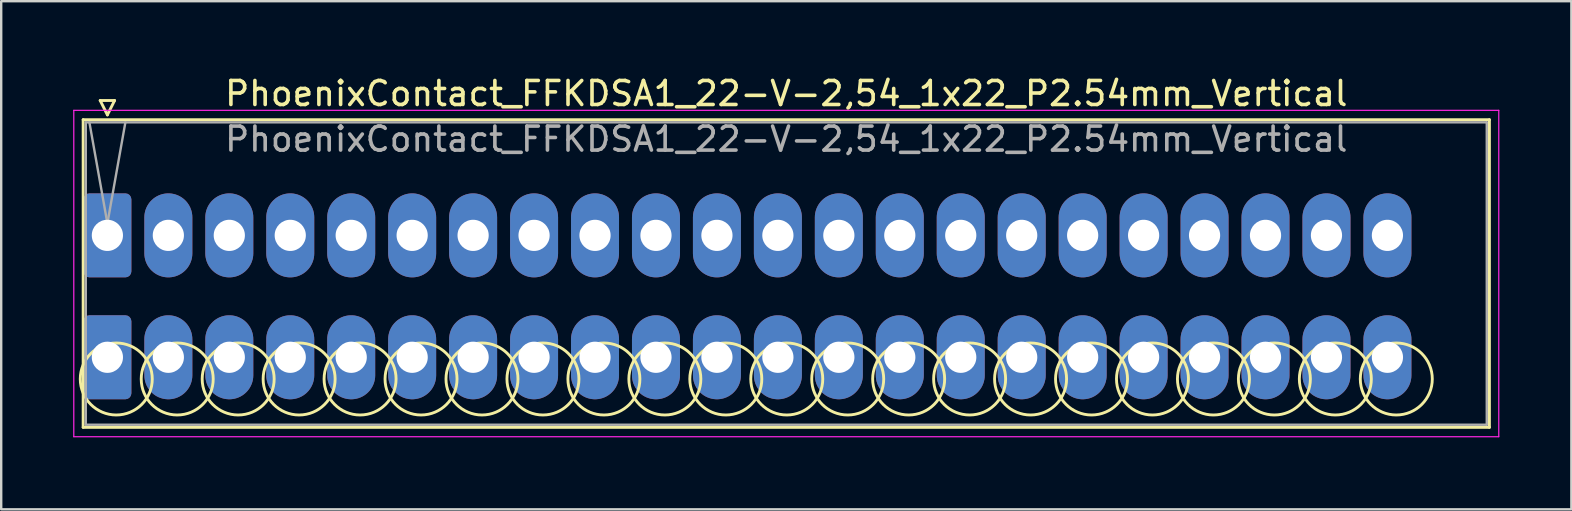
<source format=kicad_pcb>
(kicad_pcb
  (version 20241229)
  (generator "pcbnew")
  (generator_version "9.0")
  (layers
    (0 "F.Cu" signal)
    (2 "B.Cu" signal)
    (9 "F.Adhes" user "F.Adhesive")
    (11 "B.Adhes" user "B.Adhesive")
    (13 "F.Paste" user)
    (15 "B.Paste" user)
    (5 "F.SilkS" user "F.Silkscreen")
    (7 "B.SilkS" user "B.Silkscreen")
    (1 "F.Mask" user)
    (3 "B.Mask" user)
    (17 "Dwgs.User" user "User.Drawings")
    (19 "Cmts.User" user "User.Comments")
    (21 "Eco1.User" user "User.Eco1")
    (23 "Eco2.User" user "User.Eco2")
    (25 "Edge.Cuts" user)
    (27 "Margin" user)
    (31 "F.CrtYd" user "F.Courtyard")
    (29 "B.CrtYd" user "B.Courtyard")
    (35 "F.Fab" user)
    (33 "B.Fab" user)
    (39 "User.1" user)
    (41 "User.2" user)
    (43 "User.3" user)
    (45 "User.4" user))
  (footprint "PhoenixContact_FFKDSA1_22-V-2,54_1x22_P2.54mm_Vertical"
    (layer "F.Cu")
    (at 1.425 6.758)
    (property "Reference" "PhoenixContact_FFKDSA1_22-V-2,54_1x22_P2.54mm_Vertical" (at 28.29 -5.91 0) (layer "F.SilkS") (effects (font (size 1 1) (thickness 0.15))))
    (attr through_hole)
    (fp_line (start -1.01 -4.82) (end -1.01 8) (stroke (width 0.12) (type solid)) (layer "F.SilkS"))
    (fp_line (start -1.01 8) (end 57.59 8) (stroke (width 0.12) (type solid)) (layer "F.SilkS"))
    (fp_line (start -0.3 -5.62) (end 0.3 -5.62) (stroke (width 0.12) (type solid)) (layer "F.SilkS"))
    (fp_line (start 0 -5.02) (end -0.3 -5.62) (stroke (width 0.12) (type solid)) (layer "F.SilkS"))
    (fp_line (start 0.3 -5.62) (end 0 -5.02) (stroke (width 0.12) (type solid)) (layer "F.SilkS"))
    (fp_line (start 57.59 -4.82) (end -1.01 -4.82) (stroke (width 0.12) (type solid)) (layer "F.SilkS"))
    (fp_line (start 57.59 8) (end 57.59 -4.82) (stroke (width 0.12) (type solid)) (layer "F.SilkS"))
    (fp_circle (center 0.37 5.985) (end 1.87 5.985) (stroke (width 0.12) (type solid)) (fill no) (layer "F.SilkS"))
    (fp_circle (center 2.91 5.985) (end 4.41 5.985) (stroke (width 0.12) (type solid)) (fill no) (layer "F.SilkS"))
    (fp_circle (center 5.45 5.985) (end 6.95 5.985) (stroke (width 0.12) (type solid)) (fill no) (layer "F.SilkS"))
    (fp_circle (center 7.99 5.985) (end 9.49 5.985) (stroke (width 0.12) (type solid)) (fill no) (layer "F.SilkS"))
    (fp_circle (center 10.53 5.985) (end 12.03 5.985) (stroke (width 0.12) (type solid)) (fill no) (layer "F.SilkS"))
    (fp_circle (center 13.07 5.985) (end 14.57 5.985) (stroke (width 0.12) (type solid)) (fill no) (layer "F.SilkS"))
    (fp_circle (center 15.61 5.985) (end 17.11 5.985) (stroke (width 0.12) (type solid)) (fill no) (layer "F.SilkS"))
    (fp_circle (center 18.15 5.985) (end 19.65 5.985) (stroke (width 0.12) (type solid)) (fill no) (layer "F.SilkS"))
    (fp_circle (center 20.69 5.985) (end 22.19 5.985) (stroke (width 0.12) (type solid)) (fill no) (layer "F.SilkS"))
    (fp_circle (center 23.23 5.985) (end 24.73 5.985) (stroke (width 0.12) (type solid)) (fill no) (layer "F.SilkS"))
    (fp_circle (center 25.77 5.985) (end 27.27 5.985) (stroke (width 0.12) (type solid)) (fill no) (layer "F.SilkS"))
    (fp_circle (center 28.31 5.985) (end 29.81 5.985) (stroke (width 0.12) (type solid)) (fill no) (layer "F.SilkS"))
    (fp_circle (center 30.85 5.985) (end 32.35 5.985) (stroke (width 0.12) (type solid)) (fill no) (layer "F.SilkS"))
    (fp_circle (center 33.39 5.985) (end 34.89 5.985) (stroke (width 0.12) (type solid)) (fill no) (layer "F.SilkS"))
    (fp_circle (center 35.93 5.985) (end 37.43 5.985) (stroke (width 0.12) (type solid)) (fill no) (layer "F.SilkS"))
    (fp_circle (center 38.47 5.985) (end 39.97 5.985) (stroke (width 0.12) (type solid)) (fill no) (layer "F.SilkS"))
    (fp_circle (center 41.01 5.985) (end 42.51 5.985) (stroke (width 0.12) (type solid)) (fill no) (layer "F.SilkS"))
    (fp_circle (center 43.55 5.985) (end 45.05 5.985) (stroke (width 0.12) (type solid)) (fill no) (layer "F.SilkS"))
    (fp_circle (center 46.09 5.985) (end 47.59 5.985) (stroke (width 0.12) (type solid)) (fill no) (layer "F.SilkS"))
    (fp_circle (center 48.63 5.985) (end 50.13 5.985) (stroke (width 0.12) (type solid)) (fill no) (layer "F.SilkS"))
    (fp_circle (center 51.17 5.985) (end 52.67 5.985) (stroke (width 0.12) (type solid)) (fill no) (layer "F.SilkS"))
    (fp_circle (center 53.71 5.985) (end 55.21 5.985) (stroke (width 0.12) (type solid)) (fill no) (layer "F.SilkS"))
    (fp_line (start -1.4 -5.21) (end -1.4 8.39) (stroke (width 0.05) (type solid)) (layer "F.CrtYd"))
    (fp_line (start -1.4 8.39) (end 57.98 8.39) (stroke (width 0.05) (type solid)) (layer "F.CrtYd"))
    (fp_line (start 57.98 -5.21) (end -1.4 -5.21) (stroke (width 0.05) (type solid)) (layer "F.CrtYd"))
    (fp_line (start 57.98 8.39) (end 57.98 -5.21) (stroke (width 0.05) (type solid)) (layer "F.CrtYd"))
    (fp_line (start -0.9 -4.71) (end -0.9 7.89) (stroke (width 0.1) (type solid)) (layer "F.Fab"))
    (fp_line (start -0.9 7.89) (end 57.48 7.89) (stroke (width 0.1) (type solid)) (layer "F.Fab"))
    (fp_line (start 0 -0.5) (end -0.75 -4.71) (stroke (width 0.1) (type solid)) (layer "F.Fab"))
    (fp_line (start 0.75 -4.71) (end 0 -0.5) (stroke (width 0.1) (type solid)) (layer "F.Fab"))
    (fp_line (start 57.48 -4.71) (end -0.9 -4.71) (stroke (width 0.1) (type solid)) (layer "F.Fab"))
    (fp_line (start 57.48 7.89) (end 57.48 -4.71) (stroke (width 0.1) (type solid)) (layer "F.Fab"))
    (fp_text user "${REFERENCE}" (at 28.29 -4.01 0) (layer "F.Fab") (effects (font (size 1 1) (thickness 0.15))))
    (pad "1" thru_hole roundrect (at 0 0) (size 2 3.5) (drill 1.3) (layers "*.Cu" "*.Mask") (roundrect_rratio 0.125))
    (pad "1" thru_hole roundrect (at 0 5.08) (size 2 3.5) (drill 1.3) (layers "*.Cu" "*.Mask") (roundrect_rratio 0.125))
    (pad "2" thru_hole oval (at 2.54 0) (size 2 3.5) (drill 1.3) (layers "*.Cu" "*.Mask"))
    (pad "2" thru_hole oval (at 2.54 5.08) (size 2 3.5) (drill 1.3) (layers "*.Cu" "*.Mask"))
    (pad "3" thru_hole oval (at 5.08 0) (size 2 3.5) (drill 1.3) (layers "*.Cu" "*.Mask"))
    (pad "3" thru_hole oval (at 5.08 5.08) (size 2 3.5) (drill 1.3) (layers "*.Cu" "*.Mask"))
    (pad "4" thru_hole oval (at 7.62 0) (size 2 3.5) (drill 1.3) (layers "*.Cu" "*.Mask"))
    (pad "4" thru_hole oval (at 7.62 5.08) (size 2 3.5) (drill 1.3) (layers "*.Cu" "*.Mask"))
    (pad "5" thru_hole oval (at 10.16 0) (size 2 3.5) (drill 1.3) (layers "*.Cu" "*.Mask"))
    (pad "5" thru_hole oval (at 10.16 5.08) (size 2 3.5) (drill 1.3) (layers "*.Cu" "*.Mask"))
    (pad "6" thru_hole oval (at 12.7 0) (size 2 3.5) (drill 1.3) (layers "*.Cu" "*.Mask"))
    (pad "6" thru_hole oval (at 12.7 5.08) (size 2 3.5) (drill 1.3) (layers "*.Cu" "*.Mask"))
    (pad "7" thru_hole oval (at 15.24 0) (size 2 3.5) (drill 1.3) (layers "*.Cu" "*.Mask"))
    (pad "7" thru_hole oval (at 15.24 5.08) (size 2 3.5) (drill 1.3) (layers "*.Cu" "*.Mask"))
    (pad "8" thru_hole oval (at 17.78 0) (size 2 3.5) (drill 1.3) (layers "*.Cu" "*.Mask"))
    (pad "8" thru_hole oval (at 17.78 5.08) (size 2 3.5) (drill 1.3) (layers "*.Cu" "*.Mask"))
    (pad "9" thru_hole oval (at 20.32 0) (size 2 3.5) (drill 1.3) (layers "*.Cu" "*.Mask"))
    (pad "9" thru_hole oval (at 20.32 5.08) (size 2 3.5) (drill 1.3) (layers "*.Cu" "*.Mask"))
    (pad "10" thru_hole oval (at 22.86 0) (size 2 3.5) (drill 1.3) (layers "*.Cu" "*.Mask"))
    (pad "10" thru_hole oval (at 22.86 5.08) (size 2 3.5) (drill 1.3) (layers "*.Cu" "*.Mask"))
    (pad "11" thru_hole oval (at 25.4 0) (size 2 3.5) (drill 1.3) (layers "*.Cu" "*.Mask"))
    (pad "11" thru_hole oval (at 25.4 5.08) (size 2 3.5) (drill 1.3) (layers "*.Cu" "*.Mask"))
    (pad "12" thru_hole oval (at 27.94 0) (size 2 3.5) (drill 1.3) (layers "*.Cu" "*.Mask"))
    (pad "12" thru_hole oval (at 27.94 5.08) (size 2 3.5) (drill 1.3) (layers "*.Cu" "*.Mask"))
    (pad "13" thru_hole oval (at 30.48 0) (size 2 3.5) (drill 1.3) (layers "*.Cu" "*.Mask"))
    (pad "13" thru_hole oval (at 30.48 5.08) (size 2 3.5) (drill 1.3) (layers "*.Cu" "*.Mask"))
    (pad "14" thru_hole oval (at 33.02 0) (size 2 3.5) (drill 1.3) (layers "*.Cu" "*.Mask"))
    (pad "14" thru_hole oval (at 33.02 5.08) (size 2 3.5) (drill 1.3) (layers "*.Cu" "*.Mask"))
    (pad "15" thru_hole oval (at 35.56 0) (size 2 3.5) (drill 1.3) (layers "*.Cu" "*.Mask"))
    (pad "15" thru_hole oval (at 35.56 5.08) (size 2 3.5) (drill 1.3) (layers "*.Cu" "*.Mask"))
    (pad "16" thru_hole oval (at 38.1 0) (size 2 3.5) (drill 1.3) (layers "*.Cu" "*.Mask"))
    (pad "16" thru_hole oval (at 38.1 5.08) (size 2 3.5) (drill 1.3) (layers "*.Cu" "*.Mask"))
    (pad "17" thru_hole oval (at 40.64 0) (size 2 3.5) (drill 1.3) (layers "*.Cu" "*.Mask"))
    (pad "17" thru_hole oval (at 40.64 5.08) (size 2 3.5) (drill 1.3) (layers "*.Cu" "*.Mask"))
    (pad "18" thru_hole oval (at 43.18 0) (size 2 3.5) (drill 1.3) (layers "*.Cu" "*.Mask"))
    (pad "18" thru_hole oval (at 43.18 5.08) (size 2 3.5) (drill 1.3) (layers "*.Cu" "*.Mask"))
    (pad "19" thru_hole oval (at 45.72 0) (size 2 3.5) (drill 1.3) (layers "*.Cu" "*.Mask"))
    (pad "19" thru_hole oval (at 45.72 5.08) (size 2 3.5) (drill 1.3) (layers "*.Cu" "*.Mask"))
    (pad "20" thru_hole oval (at 48.26 0) (size 2 3.5) (drill 1.3) (layers "*.Cu" "*.Mask"))
    (pad "20" thru_hole oval (at 48.26 5.08) (size 2 3.5) (drill 1.3) (layers "*.Cu" "*.Mask"))
    (pad "21" thru_hole oval (at 50.8 0) (size 2 3.5) (drill 1.3) (layers "*.Cu" "*.Mask"))
    (pad "21" thru_hole oval (at 50.8 5.08) (size 2 3.5) (drill 1.3) (layers "*.Cu" "*.Mask"))
    (pad "22" thru_hole oval (at 53.34 0) (size 2 3.5) (drill 1.3) (layers "*.Cu" "*.Mask"))
    (pad "22" thru_hole oval (at 53.34 5.08) (size 2 3.5) (drill 1.3) (layers "*.Cu" "*.Mask")))
  (gr_rect
    (start -3 -3)
    (end 62.43 18.173)
    (stroke (width 0.1) (type default))
    (fill no)
    (layer "Edge.Cuts")))
</source>
